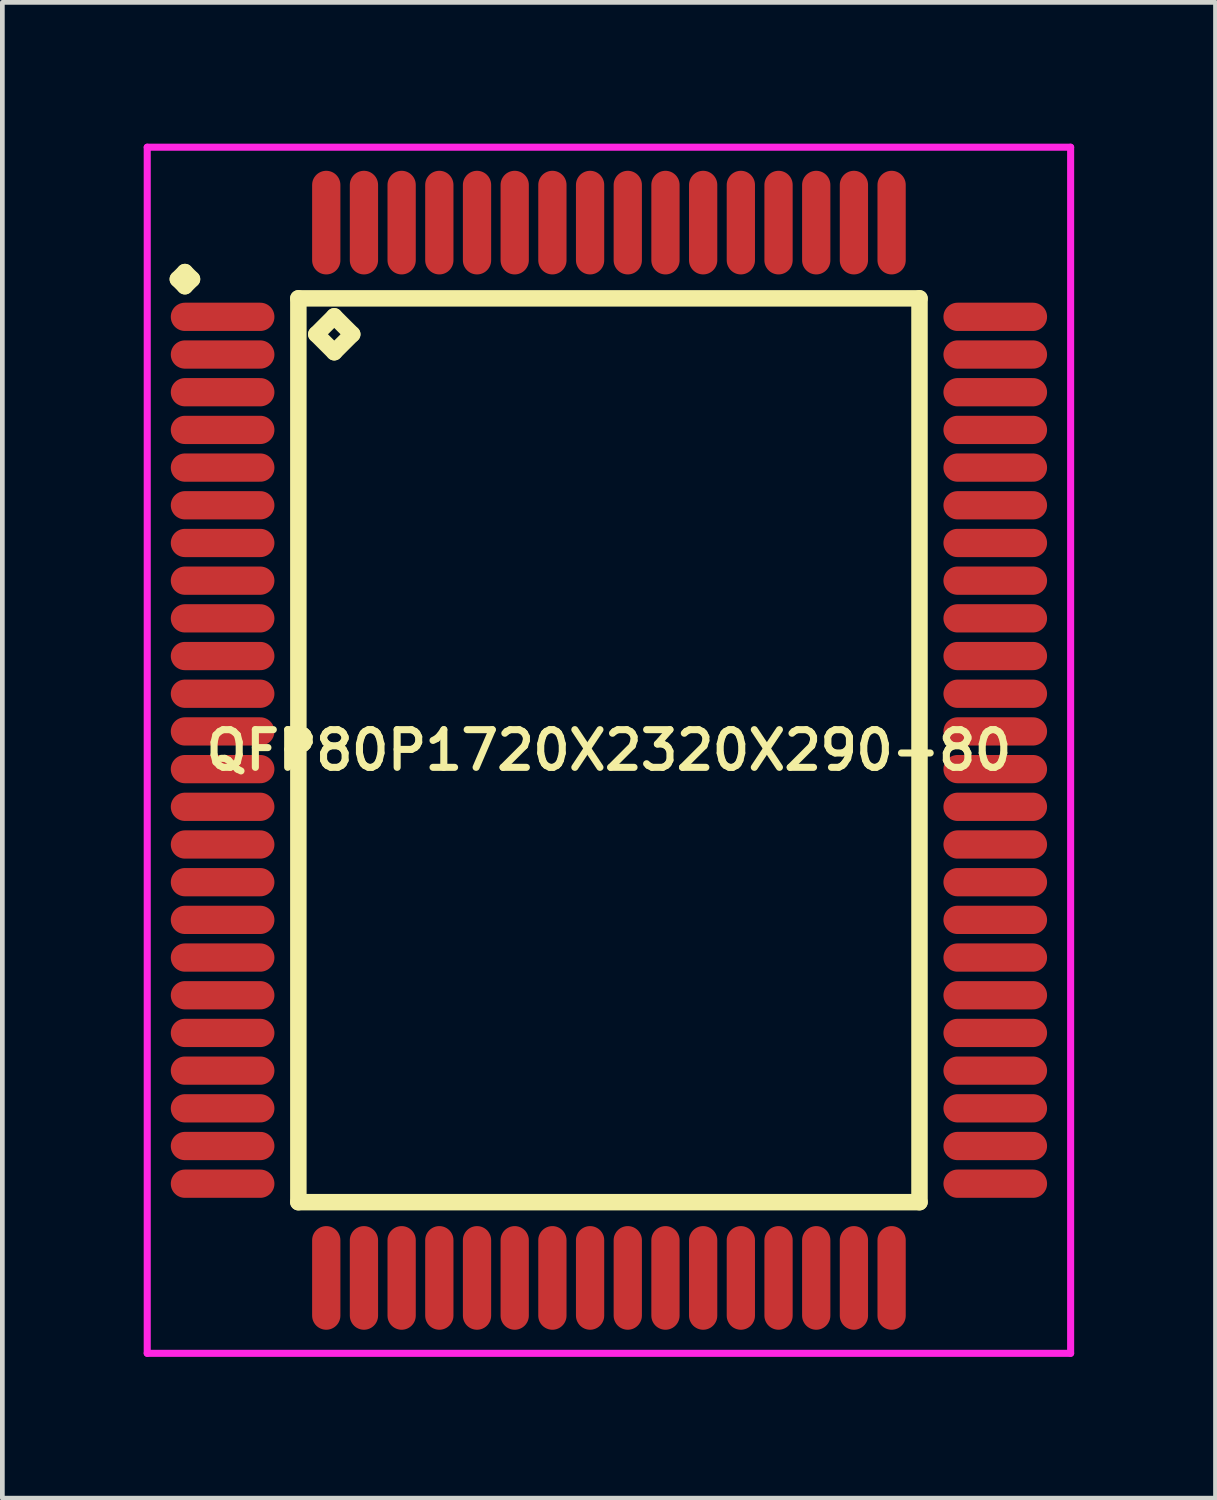
<source format=kicad_pcb>
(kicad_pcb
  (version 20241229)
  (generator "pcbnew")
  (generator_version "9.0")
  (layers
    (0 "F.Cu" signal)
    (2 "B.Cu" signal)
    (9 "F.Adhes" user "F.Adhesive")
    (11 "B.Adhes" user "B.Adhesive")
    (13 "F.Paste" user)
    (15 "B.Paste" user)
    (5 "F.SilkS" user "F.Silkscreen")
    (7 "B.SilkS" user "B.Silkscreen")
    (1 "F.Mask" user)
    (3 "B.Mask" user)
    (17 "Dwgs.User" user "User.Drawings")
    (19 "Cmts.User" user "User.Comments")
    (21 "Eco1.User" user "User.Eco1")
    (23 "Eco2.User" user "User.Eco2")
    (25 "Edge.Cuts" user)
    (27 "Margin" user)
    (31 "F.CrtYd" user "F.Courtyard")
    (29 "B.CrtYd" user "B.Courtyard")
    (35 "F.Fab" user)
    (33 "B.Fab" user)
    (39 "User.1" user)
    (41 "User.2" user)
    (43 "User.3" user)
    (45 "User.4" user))
  (footprint "QFP80P1720X2320X290-80"
    (layer "F.Cu")
    (at 9.875 12.875)
    (property "Reference" "QFP80P1720X2320X290-80" (at 0 0 0) (layer "F.SilkS") (effects (font (size 0.8 0.8) (thickness 0.15))))
    (attr through_hole)
    (fp_line (start -9.15 -10) (end -9 -10.15) (stroke (width 0.35) (type solid)) (layer "F.SilkS"))
    (fp_line (start -9 -10.15) (end -8.85 -10) (stroke (width 0.35) (type solid)) (layer "F.SilkS"))
    (fp_line (start -9 -9.85) (end -9.15 -10) (stroke (width 0.35) (type solid)) (layer "F.SilkS"))
    (fp_line (start -8.85 -10) (end -9 -9.85) (stroke (width 0.35) (type solid)) (layer "F.SilkS"))
    (fp_line (start -6.592 -9.592) (end -6.592 9.592) (stroke (width 0.35) (type solid)) (layer "F.SilkS"))
    (fp_line (start -6.592 9.592) (end 6.592 9.592) (stroke (width 0.35) (type solid)) (layer "F.SilkS"))
    (fp_line (start -6.211 -8.83) (end -5.83 -9.211) (stroke (width 0.35) (type solid)) (layer "F.SilkS"))
    (fp_line (start -5.83 -9.211) (end -5.449 -8.83) (stroke (width 0.35) (type solid)) (layer "F.SilkS"))
    (fp_line (start -5.83 -8.449) (end -6.211 -8.83) (stroke (width 0.35) (type solid)) (layer "F.SilkS"))
    (fp_line (start -5.449 -8.83) (end -5.83 -8.449) (stroke (width 0.35) (type solid)) (layer "F.SilkS"))
    (fp_line (start 6.592 -9.592) (end -6.592 -9.592) (stroke (width 0.35) (type solid)) (layer "F.SilkS"))
    (fp_line (start 6.592 9.592) (end 6.592 -9.592) (stroke (width 0.35) (type solid)) (layer "F.SilkS"))
    (fp_line (start -9.8 -12.8) (end 9.8 -12.8) (stroke (width 0.15) (type solid)) (layer "F.CrtYd"))
    (fp_line (start -9.8 12.8) (end -9.8 -12.8) (stroke (width 0.15) (type solid)) (layer "F.CrtYd"))
    (fp_line (start 9.8 -12.8) (end 9.8 12.8) (stroke (width 0.15) (type solid)) (layer "F.CrtYd"))
    (fp_line (start 9.8 12.8) (end -9.8 12.8) (stroke (width 0.15) (type solid)) (layer "F.CrtYd"))
    (pad "1" smd oval (at -8.2 -9.2) (size 2.2 0.6) (layers "F.Cu" "F.Mask" "F.Paste"))
    (pad "2" smd oval (at -8.2 -8.4) (size 2.2 0.6) (layers "F.Cu" "F.Mask" "F.Paste"))
    (pad "3" smd oval (at -8.2 -7.6) (size 2.2 0.6) (layers "F.Cu" "F.Mask" "F.Paste"))
    (pad "4" smd oval (at -8.2 -6.8) (size 2.2 0.6) (layers "F.Cu" "F.Mask" "F.Paste"))
    (pad "5" smd oval (at -8.2 -6) (size 2.2 0.6) (layers "F.Cu" "F.Mask" "F.Paste"))
    (pad "6" smd oval (at -8.2 -5.2) (size 2.2 0.6) (layers "F.Cu" "F.Mask" "F.Paste"))
    (pad "7" smd oval (at -8.2 -4.4) (size 2.2 0.6) (layers "F.Cu" "F.Mask" "F.Paste"))
    (pad "8" smd oval (at -8.2 -3.6) (size 2.2 0.6) (layers "F.Cu" "F.Mask" "F.Paste"))
    (pad "9" smd oval (at -8.2 -2.8) (size 2.2 0.6) (layers "F.Cu" "F.Mask" "F.Paste"))
    (pad "10" smd oval (at -8.2 -2) (size 2.2 0.6) (layers "F.Cu" "F.Mask" "F.Paste"))
    (pad "11" smd oval (at -8.2 -1.2) (size 2.2 0.6) (layers "F.Cu" "F.Mask" "F.Paste"))
    (pad "12" smd oval (at -8.2 -0.4) (size 2.2 0.6) (layers "F.Cu" "F.Mask" "F.Paste"))
    (pad "13" smd oval (at -8.2 0.4) (size 2.2 0.6) (layers "F.Cu" "F.Mask" "F.Paste"))
    (pad "14" smd oval (at -8.2 1.2) (size 2.2 0.6) (layers "F.Cu" "F.Mask" "F.Paste"))
    (pad "15" smd oval (at -8.2 2) (size 2.2 0.6) (layers "F.Cu" "F.Mask" "F.Paste"))
    (pad "16" smd oval (at -8.2 2.8) (size 2.2 0.6) (layers "F.Cu" "F.Mask" "F.Paste"))
    (pad "17" smd oval (at -8.2 3.6) (size 2.2 0.6) (layers "F.Cu" "F.Mask" "F.Paste"))
    (pad "18" smd oval (at -8.2 4.4) (size 2.2 0.6) (layers "F.Cu" "F.Mask" "F.Paste"))
    (pad "19" smd oval (at -8.2 5.2) (size 2.2 0.6) (layers "F.Cu" "F.Mask" "F.Paste"))
    (pad "20" smd oval (at -8.2 6) (size 2.2 0.6) (layers "F.Cu" "F.Mask" "F.Paste"))
    (pad "21" smd oval (at -8.2 6.8) (size 2.2 0.6) (layers "F.Cu" "F.Mask" "F.Paste"))
    (pad "22" smd oval (at -8.2 7.6) (size 2.2 0.6) (layers "F.Cu" "F.Mask" "F.Paste"))
    (pad "23" smd oval (at -8.2 8.4) (size 2.2 0.6) (layers "F.Cu" "F.Mask" "F.Paste"))
    (pad "24" smd oval (at -8.2 9.2) (size 2.2 0.6) (layers "F.Cu" "F.Mask" "F.Paste"))
    (pad "25" smd oval (at -6 11.2) (size 0.6 2.2) (layers "F.Cu" "F.Mask" "F.Paste"))
    (pad "26" smd oval (at -5.2 11.2) (size 0.6 2.2) (layers "F.Cu" "F.Mask" "F.Paste"))
    (pad "27" smd oval (at -4.4 11.2) (size 0.6 2.2) (layers "F.Cu" "F.Mask" "F.Paste"))
    (pad "28" smd oval (at -3.6 11.2) (size 0.6 2.2) (layers "F.Cu" "F.Mask" "F.Paste"))
    (pad "29" smd oval (at -2.8 11.2) (size 0.6 2.2) (layers "F.Cu" "F.Mask" "F.Paste"))
    (pad "30" smd oval (at -2 11.2) (size 0.6 2.2) (layers "F.Cu" "F.Mask" "F.Paste"))
    (pad "31" smd oval (at -1.2 11.2) (size 0.6 2.2) (layers "F.Cu" "F.Mask" "F.Paste"))
    (pad "32" smd oval (at -0.4 11.2) (size 0.6 2.2) (layers "F.Cu" "F.Mask" "F.Paste"))
    (pad "33" smd oval (at 0.4 11.2) (size 0.6 2.2) (layers "F.Cu" "F.Mask" "F.Paste"))
    (pad "34" smd oval (at 1.2 11.2) (size 0.6 2.2) (layers "F.Cu" "F.Mask" "F.Paste"))
    (pad "35" smd oval (at 2 11.2) (size 0.6 2.2) (layers "F.Cu" "F.Mask" "F.Paste"))
    (pad "36" smd oval (at 2.8 11.2) (size 0.6 2.2) (layers "F.Cu" "F.Mask" "F.Paste"))
    (pad "37" smd oval (at 3.6 11.2) (size 0.6 2.2) (layers "F.Cu" "F.Mask" "F.Paste"))
    (pad "38" smd oval (at 4.4 11.2) (size 0.6 2.2) (layers "F.Cu" "F.Mask" "F.Paste"))
    (pad "39" smd oval (at 5.2 11.2) (size 0.6 2.2) (layers "F.Cu" "F.Mask" "F.Paste"))
    (pad "40" smd oval (at 6 11.2) (size 0.6 2.2) (layers "F.Cu" "F.Mask" "F.Paste"))
    (pad "41" smd oval (at 8.2 9.2) (size 2.2 0.6) (layers "F.Cu" "F.Mask" "F.Paste"))
    (pad "42" smd oval (at 8.2 8.4) (size 2.2 0.6) (layers "F.Cu" "F.Mask" "F.Paste"))
    (pad "43" smd oval (at 8.2 7.6) (size 2.2 0.6) (layers "F.Cu" "F.Mask" "F.Paste"))
    (pad "44" smd oval (at 8.2 6.8) (size 2.2 0.6) (layers "F.Cu" "F.Mask" "F.Paste"))
    (pad "45" smd oval (at 8.2 6) (size 2.2 0.6) (layers "F.Cu" "F.Mask" "F.Paste"))
    (pad "46" smd oval (at 8.2 5.2) (size 2.2 0.6) (layers "F.Cu" "F.Mask" "F.Paste"))
    (pad "47" smd oval (at 8.2 4.4) (size 2.2 0.6) (layers "F.Cu" "F.Mask" "F.Paste"))
    (pad "48" smd oval (at 8.2 3.6) (size 2.2 0.6) (layers "F.Cu" "F.Mask" "F.Paste"))
    (pad "49" smd oval (at 8.2 2.8) (size 2.2 0.6) (layers "F.Cu" "F.Mask" "F.Paste"))
    (pad "50" smd oval (at 8.2 2) (size 2.2 0.6) (layers "F.Cu" "F.Mask" "F.Paste"))
    (pad "51" smd oval (at 8.2 1.2) (size 2.2 0.6) (layers "F.Cu" "F.Mask" "F.Paste"))
    (pad "52" smd oval (at 8.2 0.4) (size 2.2 0.6) (layers "F.Cu" "F.Mask" "F.Paste"))
    (pad "53" smd oval (at 8.2 -0.4) (size 2.2 0.6) (layers "F.Cu" "F.Mask" "F.Paste"))
    (pad "54" smd oval (at 8.2 -1.2) (size 2.2 0.6) (layers "F.Cu" "F.Mask" "F.Paste"))
    (pad "55" smd oval (at 8.2 -2) (size 2.2 0.6) (layers "F.Cu" "F.Mask" "F.Paste"))
    (pad "56" smd oval (at 8.2 -2.8) (size 2.2 0.6) (layers "F.Cu" "F.Mask" "F.Paste"))
    (pad "57" smd oval (at 8.2 -3.6) (size 2.2 0.6) (layers "F.Cu" "F.Mask" "F.Paste"))
    (pad "58" smd oval (at 8.2 -4.4) (size 2.2 0.6) (layers "F.Cu" "F.Mask" "F.Paste"))
    (pad "59" smd oval (at 8.2 -5.2) (size 2.2 0.6) (layers "F.Cu" "F.Mask" "F.Paste"))
    (pad "60" smd oval (at 8.2 -6) (size 2.2 0.6) (layers "F.Cu" "F.Mask" "F.Paste"))
    (pad "61" smd oval (at 8.2 -6.8) (size 2.2 0.6) (layers "F.Cu" "F.Mask" "F.Paste"))
    (pad "62" smd oval (at 8.2 -7.6) (size 2.2 0.6) (layers "F.Cu" "F.Mask" "F.Paste"))
    (pad "63" smd oval (at 8.2 -8.4) (size 2.2 0.6) (layers "F.Cu" "F.Mask" "F.Paste"))
    (pad "64" smd oval (at 8.2 -9.2) (size 2.2 0.6) (layers "F.Cu" "F.Mask" "F.Paste"))
    (pad "65" smd oval (at 6 -11.2) (size 0.6 2.2) (layers "F.Cu" "F.Mask" "F.Paste"))
    (pad "66" smd oval (at 5.2 -11.2) (size 0.6 2.2) (layers "F.Cu" "F.Mask" "F.Paste"))
    (pad "67" smd oval (at 4.4 -11.2) (size 0.6 2.2) (layers "F.Cu" "F.Mask" "F.Paste"))
    (pad "68" smd oval (at 3.6 -11.2) (size 0.6 2.2) (layers "F.Cu" "F.Mask" "F.Paste"))
    (pad "69" smd oval (at 2.8 -11.2) (size 0.6 2.2) (layers "F.Cu" "F.Mask" "F.Paste"))
    (pad "70" smd oval (at 2 -11.2) (size 0.6 2.2) (layers "F.Cu" "F.Mask" "F.Paste"))
    (pad "71" smd oval (at 1.2 -11.2) (size 0.6 2.2) (layers "F.Cu" "F.Mask" "F.Paste"))
    (pad "72" smd oval (at 0.4 -11.2) (size 0.6 2.2) (layers "F.Cu" "F.Mask" "F.Paste"))
    (pad "73" smd oval (at -0.4 -11.2) (size 0.6 2.2) (layers "F.Cu" "F.Mask" "F.Paste"))
    (pad "74" smd oval (at -1.2 -11.2) (size 0.6 2.2) (layers "F.Cu" "F.Mask" "F.Paste"))
    (pad "75" smd oval (at -2 -11.2) (size 0.6 2.2) (layers "F.Cu" "F.Mask" "F.Paste"))
    (pad "76" smd oval (at -2.8 -11.2) (size 0.6 2.2) (layers "F.Cu" "F.Mask" "F.Paste"))
    (pad "77" smd oval (at -3.6 -11.2) (size 0.6 2.2) (layers "F.Cu" "F.Mask" "F.Paste"))
    (pad "78" smd oval (at -4.4 -11.2) (size 0.6 2.2) (layers "F.Cu" "F.Mask" "F.Paste"))
    (pad "79" smd oval (at -5.2 -11.2) (size 0.6 2.2) (layers "F.Cu" "F.Mask" "F.Paste"))
    (pad "80" smd oval (at -6 -11.2) (size 0.6 2.2) (layers "F.Cu" "F.Mask" "F.Paste")))
  (gr_rect
    (start -3 -3)
    (end 22.75 28.75)
    (stroke (width 0.1) (type default))
    (fill no)
    (layer "Edge.Cuts")))
</source>
